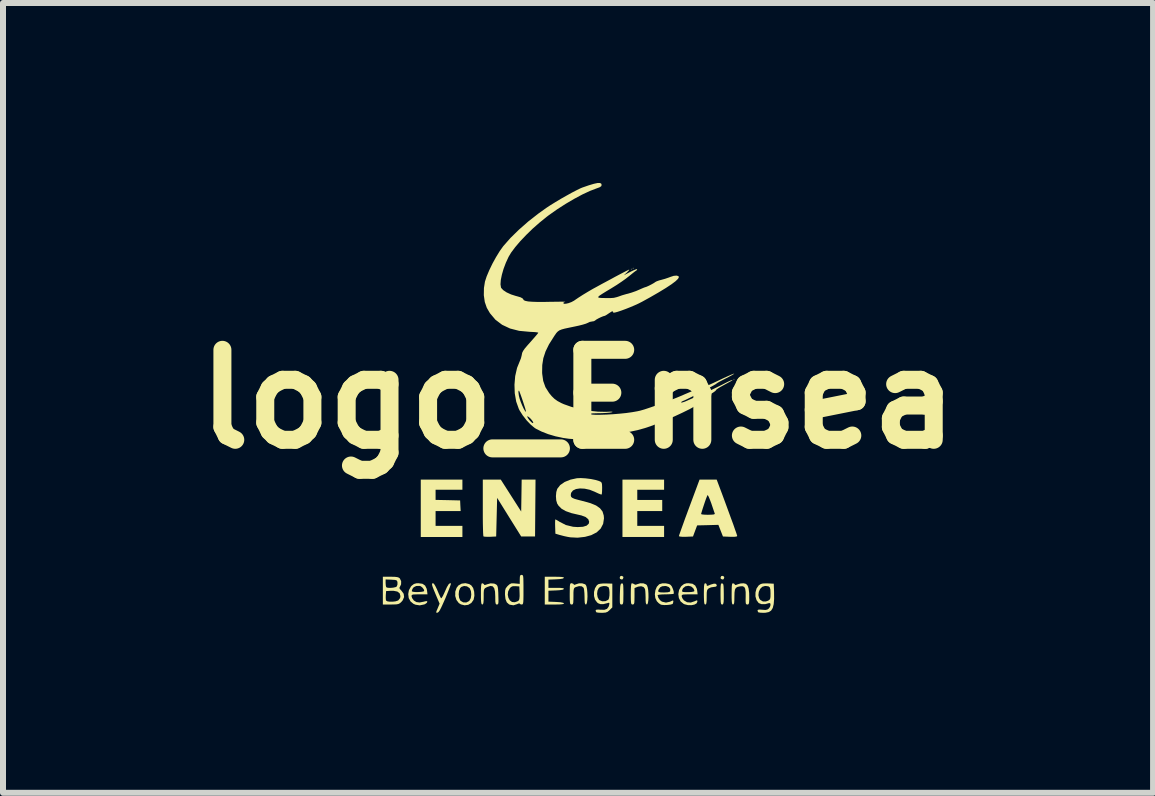
<source format=kicad_pcb>
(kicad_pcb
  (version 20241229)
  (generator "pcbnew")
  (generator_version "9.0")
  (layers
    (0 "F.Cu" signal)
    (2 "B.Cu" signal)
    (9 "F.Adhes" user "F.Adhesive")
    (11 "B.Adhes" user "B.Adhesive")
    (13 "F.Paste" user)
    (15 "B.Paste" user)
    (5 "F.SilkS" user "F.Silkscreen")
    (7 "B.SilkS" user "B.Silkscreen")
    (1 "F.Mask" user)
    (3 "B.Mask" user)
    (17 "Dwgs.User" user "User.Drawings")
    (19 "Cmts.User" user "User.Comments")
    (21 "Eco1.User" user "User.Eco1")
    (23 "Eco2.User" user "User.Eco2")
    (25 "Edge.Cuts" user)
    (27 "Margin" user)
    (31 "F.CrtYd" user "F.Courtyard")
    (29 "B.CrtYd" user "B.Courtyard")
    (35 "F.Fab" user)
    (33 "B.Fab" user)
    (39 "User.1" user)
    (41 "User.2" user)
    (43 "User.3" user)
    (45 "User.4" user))
  (footprint "logo_Ensea"
    (layer "F.Cu")
    (at 6.586 3.603)
    (property "Reference" "logo_Ensea" (at 0 0 0) (layer "F.SilkS") (effects (font (size 1.5 1.5) (thickness 0.3))))
    (attr board_only exclude_from_pos_files exclude_from_bom)
    (fp_poly (pts (xy 0.894 -2.167) (xy 0.887 -2.159) (xy 0.879 -2.167) (xy 0.887 -2.174)) (stroke (width 0) (type solid)) (fill yes) (layer "F.SilkS"))
    (fp_poly (pts (xy 0.925 -2.182) (xy 0.918 -2.174) (xy 0.91 -2.182) (xy 0.918 -2.19)) (stroke (width 0) (type solid)) (fill yes) (layer "F.SilkS"))
    (fp_poly (pts (xy 2.606 -0.332) (xy 2.599 -0.324) (xy 2.591 -0.332) (xy 2.599 -0.339)) (stroke (width 0) (type solid)) (fill yes) (layer "F.SilkS"))
    (fp_poly (pts (xy 0.751 2.957) (xy 0.756 2.976) (xy 0.745 3.002) (xy 0.725 3.007) (xy 0.699 2.996) (xy 0.694 2.976) (xy 0.705 2.951) (xy 0.725 2.946)) (stroke (width 0) (type solid)) (fill yes) (layer "F.SilkS"))
    (fp_poly (pts (xy 2.432 2.957) (xy 2.437 2.976) (xy 2.426 3.002) (xy 2.406 3.007) (xy 2.38 2.996) (xy 2.375 2.976) (xy 2.386 2.951) (xy 2.406 2.946)) (stroke (width 0) (type solid)) (fill yes) (layer "F.SilkS"))
    (fp_poly (pts (xy 0.74 3.072) (xy 0.748 3.082) (xy 0.753 3.106) (xy 0.755 3.15) (xy 0.756 3.218) (xy 0.756 3.245) (xy 0.755 3.322) (xy 0.754 3.372) (xy 0.75 3.403) (xy 0.743 3.418) (xy 0.733 3.423) (xy 0.724 3.424) (xy 0.711 3.422) (xy 0.702 3.414) (xy 0.697 3.393) (xy 0.696 3.355) (xy 0.696 3.294) (xy 0.697 3.25) (xy 0.7 3.174) (xy 0.703 3.123) (xy 0.709 3.093) (xy 0.717 3.078) (xy 0.729 3.072)) (stroke (width 0) (type solid)) (fill yes) (layer "F.SilkS"))
    (fp_poly (pts (xy -1.928 1.427) (xy -1.928 1.511) (xy -2.151 1.511) (xy -2.375 1.511) (xy -2.375 1.596) (xy -2.375 1.68) (xy -2.171 1.684) (xy -1.966 1.689) (xy -1.962 1.777) (xy -1.957 1.866) (xy -2.166 1.866) (xy -2.375 1.866) (xy -2.375 1.989) (xy -2.375 2.113) (xy -2.151 2.113) (xy -1.928 2.113) (xy -1.928 2.205) (xy -1.928 2.298) (xy -2.275 2.298) (xy -2.622 2.298) (xy -2.622 1.82) (xy -2.622 1.342) (xy -2.275 1.342) (xy -1.928 1.342)) (stroke (width 0) (type solid)) (fill yes) (layer "F.SilkS"))
    (fp_poly (pts (xy 1.434 1.427) (xy 1.434 1.511) (xy 1.211 1.511) (xy 0.987 1.511) (xy 0.987 1.596) (xy 0.987 1.681) (xy 1.195 1.681) (xy 1.403 1.681) (xy 1.403 1.774) (xy 1.403 1.866) (xy 1.195 1.866) (xy 0.987 1.866) (xy 0.987 1.989) (xy 0.987 2.113) (xy 1.211 2.113) (xy 1.434 2.113) (xy 1.434 2.205) (xy 1.434 2.298) (xy 1.087 2.298) (xy 0.74 2.298) (xy 0.74 1.82) (xy 0.74 1.342) (xy 1.087 1.342) (xy 1.434 1.342)) (stroke (width 0) (type solid)) (fill yes) (layer "F.SilkS"))
    (fp_poly (pts (xy 2.402 3.072) (xy 2.414 3.078) (xy 2.422 3.092) (xy 2.426 3.122) (xy 2.428 3.171) (xy 2.429 3.245) (xy 2.429 3.25) (xy 2.429 3.326) (xy 2.427 3.376) (xy 2.422 3.405) (xy 2.415 3.42) (xy 2.404 3.424) (xy 2.402 3.424) (xy 2.39 3.421) (xy 2.383 3.409) (xy 2.378 3.382) (xy 2.376 3.336) (xy 2.375 3.266) (xy 2.375 3.245) (xy 2.375 3.169) (xy 2.377 3.118) (xy 2.381 3.088) (xy 2.388 3.074) (xy 2.398 3.071)) (stroke (width 0) (type solid)) (fill yes) (layer "F.SilkS"))
    (fp_poly (pts (xy -0.713 1.816) (xy -0.717 2.29) (xy -0.833 2.29) (xy -0.948 2.29) (xy -1.149 1.968) (xy -1.349 1.646) (xy -1.357 1.968) (xy -1.365 2.29) (xy -1.466 2.295) (xy -1.519 2.295) (xy -1.559 2.293) (xy -1.578 2.288) (xy -1.58 2.271) (xy -1.583 2.226) (xy -1.585 2.158) (xy -1.587 2.071) (xy -1.588 1.969) (xy -1.588 1.855) (xy -1.588 1.81) (xy -1.588 1.342) (xy -1.438 1.342) (xy -1.288 1.342) (xy -1.118 1.608) (xy -0.948 1.874) (xy -0.944 1.608) (xy -0.94 1.342) (xy -0.824 1.342) (xy -0.709 1.342)) (stroke (width 0) (type solid)) (fill yes) (layer "F.SilkS"))
    (fp_poly (pts (xy 2.141 3.081) (xy 2.144 3.092) (xy 2.145 3.108) (xy 2.153 3.113) (xy 2.175 3.107) (xy 2.213 3.091) (xy 2.266 3.076) (xy 2.3 3.08) (xy 2.313 3.105) (xy 2.313 3.107) (xy 2.301 3.125) (xy 2.264 3.131) (xy 2.263 3.131) (xy 2.216 3.138) (xy 2.178 3.155) (xy 2.161 3.17) (xy 2.15 3.191) (xy 2.145 3.226) (xy 2.144 3.282) (xy 2.144 3.301) (xy 2.143 3.364) (xy 2.139 3.402) (xy 2.131 3.42) (xy 2.121 3.424) (xy 2.11 3.419) (xy 2.104 3.402) (xy 2.1 3.367) (xy 2.098 3.309) (xy 2.097 3.246) (xy 2.098 3.168) (xy 2.1 3.117) (xy 2.105 3.086) (xy 2.112 3.072) (xy 2.121 3.069)) (stroke (width 0) (type solid)) (fill yes) (layer "F.SilkS"))
    (fp_poly (pts (xy -0.316 2.962) (xy -0.267 2.965) (xy -0.241 2.971) (xy -0.235 2.979) (xy -0.235 2.98) (xy -0.255 2.992) (xy -0.305 3) (xy -0.368 3.004) (xy -0.494 3.009) (xy -0.494 3.077) (xy -0.494 3.146) (xy -0.361 3.146) (xy -0.294 3.147) (xy -0.253 3.151) (xy -0.236 3.159) (xy -0.235 3.165) (xy -0.255 3.177) (xy -0.305 3.185) (xy -0.368 3.189) (xy -0.494 3.194) (xy -0.494 3.285) (xy -0.494 3.376) (xy -0.368 3.381) (xy -0.293 3.386) (xy -0.249 3.395) (xy -0.235 3.404) (xy -0.24 3.413) (xy -0.264 3.419) (xy -0.311 3.423) (xy -0.384 3.424) (xy -0.392 3.424) (xy -0.555 3.424) (xy -0.555 3.192) (xy -0.555 2.961) (xy -0.392 2.961)) (stroke (width 0) (type solid)) (fill yes) (layer "F.SilkS"))
    (fp_poly (pts (xy -2.119 3.073) (xy -2.122 3.089) (xy -2.136 3.129) (xy -2.158 3.187) (xy -2.187 3.259) (xy -2.211 3.318) (xy -2.252 3.411) (xy -2.283 3.478) (xy -2.307 3.523) (xy -2.326 3.549) (xy -2.341 3.559) (xy -2.342 3.56) (xy -2.359 3.561) (xy -2.365 3.554) (xy -2.359 3.531) (xy -2.34 3.487) (xy -2.308 3.41) (xy -2.372 3.259) (xy -2.404 3.182) (xy -2.425 3.128) (xy -2.434 3.095) (xy -2.433 3.076) (xy -2.422 3.069) (xy -2.416 3.069) (xy -2.4 3.082) (xy -2.378 3.118) (xy -2.353 3.169) (xy -2.345 3.188) (xy -2.321 3.245) (xy -2.3 3.29) (xy -2.286 3.317) (xy -2.283 3.32) (xy -2.273 3.313) (xy -2.254 3.282) (xy -2.231 3.234) (xy -2.219 3.207) (xy -2.185 3.132) (xy -2.157 3.086) (xy -2.134 3.068)) (stroke (width 0) (type solid)) (fill yes) (layer "F.SilkS"))
    (fp_poly (pts (xy -1.815 3.083) (xy -1.78 3.105) (xy -1.749 3.148) (xy -1.732 3.21) (xy -1.728 3.278) (xy -1.741 3.342) (xy -1.743 3.347) (xy -1.779 3.398) (xy -1.831 3.429) (xy -1.892 3.437) (xy -1.953 3.422) (xy -1.988 3.4) (xy -2.028 3.347) (xy -2.048 3.281) (xy -2.047 3.254) (xy -1.99 3.254) (xy -1.983 3.311) (xy -1.964 3.355) (xy -1.959 3.362) (xy -1.914 3.388) (xy -1.863 3.39) (xy -1.818 3.367) (xy -1.811 3.36) (xy -1.788 3.317) (xy -1.78 3.259) (xy -1.786 3.2) (xy -1.806 3.153) (xy -1.811 3.148) (xy -1.852 3.121) (xy -1.9 3.115) (xy -1.945 3.13) (xy -1.965 3.15) (xy -1.984 3.196) (xy -1.99 3.254) (xy -2.047 3.254) (xy -2.047 3.21) (xy -2.025 3.146) (xy -1.994 3.106) (xy -1.94 3.076) (xy -1.877 3.068)) (stroke (width 0) (type solid)) (fill yes) (layer "F.SilkS"))
    (fp_poly (pts (xy 0.927 3.079) (xy 0.936 3.086) (xy 0.96 3.095) (xy 0.984 3.086) (xy 1.036 3.07) (xy 1.09 3.071) (xy 1.134 3.089) (xy 1.148 3.103) (xy 1.16 3.135) (xy 1.169 3.183) (xy 1.173 3.242) (xy 1.174 3.303) (xy 1.171 3.358) (xy 1.164 3.401) (xy 1.153 3.422) (xy 1.149 3.424) (xy 1.137 3.417) (xy 1.129 3.395) (xy 1.126 3.351) (xy 1.126 3.312) (xy 1.124 3.251) (xy 1.121 3.199) (xy 1.116 3.166) (xy 1.116 3.165) (xy 1.093 3.133) (xy 1.052 3.119) (xy 1 3.126) (xy 0.987 3.131) (xy 0.941 3.15) (xy 0.941 3.287) (xy 0.94 3.352) (xy 0.938 3.393) (xy 0.932 3.414) (xy 0.922 3.422) (xy 0.91 3.424) (xy 0.897 3.422) (xy 0.888 3.413) (xy 0.883 3.391) (xy 0.88 3.352) (xy 0.879 3.29) (xy 0.879 3.246) (xy 0.88 3.166) (xy 0.883 3.112) (xy 0.888 3.081) (xy 0.896 3.069) (xy 0.899 3.069)) (stroke (width 0) (type solid)) (fill yes) (layer "F.SilkS"))
    (fp_poly (pts (xy 2.606 3.08) (xy 2.61 3.088) (xy 2.621 3.099) (xy 2.646 3.094) (xy 2.658 3.088) (xy 2.709 3.073) (xy 2.76 3.07) (xy 2.799 3.08) (xy 2.801 3.081) (xy 2.827 3.11) (xy 2.843 3.159) (xy 2.852 3.232) (xy 2.853 3.292) (xy 2.853 3.356) (xy 2.85 3.395) (xy 2.844 3.415) (xy 2.833 3.423) (xy 2.822 3.424) (xy 2.807 3.421) (xy 2.798 3.411) (xy 2.794 3.386) (xy 2.793 3.34) (xy 2.794 3.294) (xy 2.794 3.215) (xy 2.786 3.161) (xy 2.77 3.131) (xy 2.741 3.119) (xy 2.702 3.121) (xy 2.659 3.13) (xy 2.631 3.147) (xy 2.615 3.176) (xy 2.608 3.224) (xy 2.606 3.294) (xy 2.605 3.359) (xy 2.602 3.399) (xy 2.594 3.419) (xy 2.583 3.424) (xy 2.573 3.419) (xy 2.566 3.402) (xy 2.562 3.367) (xy 2.56 3.309) (xy 2.56 3.246) (xy 2.561 3.168) (xy 2.563 3.115) (xy 2.568 3.084) (xy 2.576 3.071) (xy 2.582 3.069)) (stroke (width 0) (type solid)) (fill yes) (layer "F.SilkS"))
    (fp_poly (pts (xy -1.574 3.08) (xy -1.569 3.088) (xy -1.559 3.099) (xy -1.534 3.094) (xy -1.521 3.088) (xy -1.458 3.071) (xy -1.398 3.075) (xy -1.364 3.091) (xy -1.35 3.105) (xy -1.34 3.128) (xy -1.334 3.166) (xy -1.33 3.225) (xy -1.329 3.268) (xy -1.327 3.339) (xy -1.327 3.384) (xy -1.331 3.41) (xy -1.339 3.421) (xy -1.351 3.424) (xy -1.352 3.424) (xy -1.366 3.421) (xy -1.374 3.407) (xy -1.379 3.377) (xy -1.38 3.326) (xy -1.38 3.295) (xy -1.384 3.209) (xy -1.398 3.152) (xy -1.423 3.121) (xy -1.46 3.114) (xy -1.512 3.131) (xy -1.528 3.139) (xy -1.55 3.151) (xy -1.563 3.166) (xy -1.57 3.19) (xy -1.573 3.231) (xy -1.573 3.293) (xy -1.574 3.358) (xy -1.578 3.398) (xy -1.585 3.418) (xy -1.596 3.424) (xy -1.606 3.419) (xy -1.613 3.402) (xy -1.617 3.367) (xy -1.619 3.309) (xy -1.619 3.246) (xy -1.619 3.168) (xy -1.616 3.115) (xy -1.611 3.084) (xy -1.604 3.071) (xy -1.597 3.069)) (stroke (width 0) (type solid)) (fill yes) (layer "F.SilkS"))
    (fp_poly (pts (xy -0.082 3.077) (xy -0.074 3.087) (xy -0.062 3.097) (xy -0.035 3.087) (xy 0.015 3.071) (xy 0.069 3.071) (xy 0.115 3.086) (xy 0.129 3.097) (xy 0.141 3.125) (xy 0.15 3.171) (xy 0.155 3.229) (xy 0.157 3.29) (xy 0.154 3.348) (xy 0.148 3.393) (xy 0.138 3.42) (xy 0.131 3.424) (xy 0.119 3.418) (xy 0.112 3.397) (xy 0.109 3.355) (xy 0.108 3.299) (xy 0.106 3.237) (xy 0.101 3.183) (xy 0.094 3.149) (xy 0.092 3.145) (xy 0.063 3.121) (xy 0.017 3.117) (xy -0.038 3.133) (xy -0.057 3.143) (xy -0.068 3.158) (xy -0.074 3.183) (xy -0.077 3.225) (xy -0.077 3.287) (xy -0.078 3.353) (xy -0.08 3.393) (xy -0.086 3.414) (xy -0.096 3.423) (xy -0.108 3.424) (xy -0.121 3.422) (xy -0.13 3.413) (xy -0.135 3.391) (xy -0.138 3.352) (xy -0.139 3.29) (xy -0.139 3.246) (xy -0.138 3.17) (xy -0.137 3.119) (xy -0.133 3.089) (xy -0.126 3.074) (xy -0.115 3.069) (xy -0.109 3.069)) (stroke (width 0) (type solid)) (fill yes) (layer "F.SilkS"))
    (fp_poly (pts (xy -2.595 3.078) (xy -2.55 3.108) (xy -2.524 3.16) (xy -2.518 3.189) (xy -2.51 3.254) (xy -2.643 3.254) (xy -2.707 3.255) (xy -2.747 3.257) (xy -2.767 3.263) (xy -2.775 3.274) (xy -2.776 3.286) (xy -2.766 3.317) (xy -2.74 3.353) (xy -2.737 3.357) (xy -2.695 3.383) (xy -2.641 3.39) (xy -2.57 3.376) (xy -2.548 3.37) (xy -2.52 3.367) (xy -2.512 3.378) (xy -2.522 3.397) (xy -2.549 3.416) (xy -2.562 3.422) (xy -2.639 3.438) (xy -2.71 3.427) (xy -2.745 3.412) (xy -2.793 3.372) (xy -2.823 3.316) (xy -2.831 3.25) (xy -2.823 3.204) (xy -2.771 3.204) (xy -2.751 3.212) (xy -2.712 3.216) (xy -2.664 3.216) (xy -2.617 3.213) (xy -2.58 3.207) (xy -2.565 3.199) (xy -2.57 3.174) (xy -2.592 3.144) (xy -2.62 3.121) (xy -2.637 3.114) (xy -2.697 3.115) (xy -2.738 3.135) (xy -2.754 3.153) (xy -2.769 3.184) (xy -2.771 3.204) (xy -2.823 3.204) (xy -2.819 3.184) (xy -2.786 3.124) (xy -2.775 3.112) (xy -2.737 3.082) (xy -2.694 3.07) (xy -2.663 3.069)) (stroke (width 0) (type solid)) (fill yes) (layer "F.SilkS"))
    (fp_poly (pts (xy 1.908 3.078) (xy 1.953 3.108) (xy 1.979 3.16) (xy 1.985 3.189) (xy 1.993 3.254) (xy 1.86 3.254) (xy 1.796 3.255) (xy 1.757 3.257) (xy 1.736 3.263) (xy 1.728 3.274) (xy 1.727 3.286) (xy 1.738 3.318) (xy 1.763 3.353) (xy 1.765 3.355) (xy 1.817 3.386) (xy 1.879 3.391) (xy 1.944 3.369) (xy 1.975 3.355) (xy 1.987 3.357) (xy 1.989 3.376) (xy 1.976 3.405) (xy 1.94 3.425) (xy 1.889 3.435) (xy 1.832 3.434) (xy 1.775 3.42) (xy 1.758 3.412) (xy 1.709 3.372) (xy 1.68 3.315) (xy 1.671 3.25) (xy 1.683 3.186) (xy 1.735 3.186) (xy 1.735 3.208) (xy 1.754 3.215) (xy 1.793 3.218) (xy 1.842 3.218) (xy 1.89 3.215) (xy 1.926 3.208) (xy 1.938 3.202) (xy 1.937 3.185) (xy 1.922 3.155) (xy 1.922 3.154) (xy 1.885 3.123) (xy 1.837 3.112) (xy 1.789 3.121) (xy 1.751 3.151) (xy 1.749 3.153) (xy 1.735 3.186) (xy 1.683 3.186) (xy 1.683 3.183) (xy 1.717 3.123) (xy 1.727 3.113) (xy 1.765 3.083) (xy 1.808 3.07) (xy 1.84 3.069)) (stroke (width 0) (type solid)) (fill yes) (layer "F.SilkS"))
    (fp_poly (pts (xy 0.571 3.076) (xy 0.571 3.274) (xy 0.571 3.472) (xy 0.526 3.517) (xy 0.493 3.545) (xy 0.46 3.558) (xy 0.412 3.562) (xy 0.397 3.562) (xy 0.349 3.561) (xy 0.314 3.556) (xy 0.303 3.552) (xy 0.293 3.529) (xy 0.293 3.522) (xy 0.303 3.511) (xy 0.334 3.508) (xy 0.374 3.511) (xy 0.44 3.512) (xy 0.483 3.496) (xy 0.509 3.461) (xy 0.518 3.433) (xy 0.523 3.402) (xy 0.515 3.394) (xy 0.492 3.4) (xy 0.424 3.417) (xy 0.374 3.418) (xy 0.335 3.403) (xy 0.317 3.389) (xy 0.283 3.343) (xy 0.266 3.282) (xy 0.266 3.247) (xy 0.317 3.247) (xy 0.326 3.302) (xy 0.349 3.345) (xy 0.355 3.35) (xy 0.402 3.37) (xy 0.457 3.368) (xy 0.504 3.345) (xy 0.516 3.319) (xy 0.523 3.274) (xy 0.524 3.222) (xy 0.52 3.173) (xy 0.51 3.139) (xy 0.506 3.134) (xy 0.471 3.118) (xy 0.424 3.116) (xy 0.376 3.127) (xy 0.347 3.146) (xy 0.324 3.191) (xy 0.317 3.247) (xy 0.266 3.247) (xy 0.266 3.215) (xy 0.282 3.153) (xy 0.313 3.104) (xy 0.338 3.085) (xy 0.368 3.078) (xy 0.417 3.073) (xy 0.469 3.073)) (stroke (width 0) (type solid)) (fill yes) (layer "F.SilkS"))
    (fp_poly (pts (xy -0.929 2.932) (xy -0.921 2.939) (xy -0.915 2.956) (xy -0.912 2.989) (xy -0.911 3.04) (xy -0.91 3.115) (xy -0.91 3.177) (xy -0.91 3.269) (xy -0.911 3.335) (xy -0.913 3.379) (xy -0.917 3.405) (xy -0.924 3.419) (xy -0.933 3.423) (xy -0.941 3.424) (xy -0.966 3.418) (xy -0.972 3.409) (xy -0.983 3.405) (xy -1.011 3.415) (xy -1.014 3.417) (xy -1.077 3.437) (xy -1.137 3.427) (xy -1.151 3.421) (xy -1.188 3.388) (xy -1.21 3.333) (xy -1.218 3.26) (xy -1.172 3.26) (xy -1.161 3.312) (xy -1.137 3.355) (xy -1.101 3.382) (xy -1.056 3.386) (xy -1.052 3.385) (xy -1.013 3.372) (xy -0.99 3.358) (xy -0.979 3.334) (xy -0.974 3.284) (xy -0.975 3.232) (xy -0.979 3.123) (xy -1.043 3.118) (xy -1.088 3.119) (xy -1.118 3.132) (xy -1.139 3.155) (xy -1.165 3.205) (xy -1.172 3.26) (xy -1.218 3.26) (xy -1.218 3.252) (xy -1.218 3.244) (xy -1.216 3.191) (xy -1.206 3.155) (xy -1.183 3.125) (xy -1.171 3.112) (xy -1.139 3.084) (xy -1.11 3.071) (xy -1.069 3.071) (xy -1.048 3.073) (xy -0.972 3.08) (xy -0.972 3.005) (xy -0.97 2.96) (xy -0.963 2.937) (xy -0.947 2.93) (xy -0.941 2.93)) (stroke (width 0) (type solid)) (fill yes) (layer "F.SilkS"))
    (fp_poly (pts (xy 1.516 3.082) (xy 1.541 3.096) (xy 1.563 3.123) (xy 1.581 3.164) (xy 1.594 3.205) (xy 1.596 3.237) (xy 1.592 3.246) (xy 1.573 3.249) (xy 1.532 3.252) (xy 1.475 3.254) (xy 1.455 3.254) (xy 1.396 3.256) (xy 1.351 3.26) (xy 1.328 3.266) (xy 1.326 3.269) (xy 1.338 3.311) (xy 1.367 3.352) (xy 1.398 3.376) (xy 1.465 3.392) (xy 1.531 3.378) (xy 1.546 3.371) (xy 1.575 3.357) (xy 1.587 3.36) (xy 1.588 3.377) (xy 1.581 3.406) (xy 1.573 3.416) (xy 1.542 3.425) (xy 1.493 3.431) (xy 1.44 3.433) (xy 1.395 3.429) (xy 1.379 3.425) (xy 1.346 3.403) (xy 1.314 3.37) (xy 1.313 3.369) (xy 1.288 3.316) (xy 1.28 3.252) (xy 1.288 3.197) (xy 1.335 3.197) (xy 1.341 3.213) (xy 1.369 3.221) (xy 1.421 3.223) (xy 1.437 3.223) (xy 1.496 3.22) (xy 1.528 3.211) (xy 1.536 3.201) (xy 1.537 3.163) (xy 1.513 3.133) (xy 1.471 3.117) (xy 1.453 3.115) (xy 1.402 3.12) (xy 1.37 3.136) (xy 1.346 3.169) (xy 1.345 3.171) (xy 1.335 3.197) (xy 1.288 3.197) (xy 1.289 3.186) (xy 1.313 3.129) (xy 1.35 3.089) (xy 1.356 3.085) (xy 1.404 3.071) (xy 1.463 3.071)) (stroke (width 0) (type solid)) (fill yes) (layer "F.SilkS"))
    (fp_poly (pts (xy 3.16 3.072) (xy 3.262 3.077) (xy 3.267 3.215) (xy 3.268 3.33) (xy 3.261 3.418) (xy 3.245 3.482) (xy 3.218 3.525) (xy 3.178 3.55) (xy 3.125 3.561) (xy 3.095 3.562) (xy 3.047 3.561) (xy 3.013 3.556) (xy 3.002 3.552) (xy 2.992 3.529) (xy 2.992 3.522) (xy 3.001 3.511) (xy 3.03 3.508) (xy 3.069 3.511) (xy 3.122 3.515) (xy 3.155 3.508) (xy 3.177 3.493) (xy 3.199 3.464) (xy 3.208 3.433) (xy 3.206 3.408) (xy 3.19 3.399) (xy 3.181 3.401) (xy 3.119 3.418) (xy 3.059 3.418) (xy 3.012 3.4) (xy 3.01 3.398) (xy 2.975 3.351) (xy 2.957 3.289) (xy 2.957 3.267) (xy 3.006 3.267) (xy 3.018 3.318) (xy 3.038 3.347) (xy 3.081 3.373) (xy 3.131 3.373) (xy 3.168 3.36) (xy 3.189 3.347) (xy 3.201 3.33) (xy 3.207 3.299) (xy 3.208 3.246) (xy 3.208 3.238) (xy 3.206 3.177) (xy 3.197 3.14) (xy 3.176 3.122) (xy 3.139 3.116) (xy 3.115 3.115) (xy 3.07 3.129) (xy 3.035 3.164) (xy 3.013 3.213) (xy 3.006 3.267) (xy 2.957 3.267) (xy 2.958 3.221) (xy 2.975 3.157) (xy 3.01 3.107) (xy 3.018 3.1) (xy 3.047 3.082) (xy 3.082 3.073) (xy 3.134 3.072)) (stroke (width 0) (type solid)) (fill yes) (layer "F.SilkS"))
    (fp_poly (pts (xy 2.344 1.43) (xy 2.402 1.585) (xy 2.456 1.731) (xy 2.505 1.865) (xy 2.549 1.985) (xy 2.587 2.088) (xy 2.616 2.172) (xy 2.638 2.233) (xy 2.65 2.271) (xy 2.653 2.281) (xy 2.641 2.291) (xy 2.605 2.295) (xy 2.541 2.295) (xy 2.534 2.295) (xy 2.415 2.29) (xy 2.377 2.193) (xy 2.339 2.096) (xy 2.162 2.101) (xy 1.985 2.105) (xy 1.95 2.198) (xy 1.916 2.29) (xy 1.798 2.295) (xy 1.736 2.295) (xy 1.696 2.291) (xy 1.681 2.284) (xy 1.681 2.284) (xy 1.686 2.266) (xy 1.701 2.223) (xy 1.724 2.158) (xy 1.754 2.075) (xy 1.789 1.977) (xy 1.812 1.916) (xy 2.051 1.916) (xy 2.065 1.922) (xy 2.103 1.926) (xy 2.156 1.928) (xy 2.168 1.928) (xy 2.231 1.926) (xy 2.267 1.922) (xy 2.279 1.913) (xy 2.279 1.908) (xy 2.271 1.886) (xy 2.256 1.842) (xy 2.236 1.783) (xy 2.221 1.738) (xy 2.198 1.677) (xy 2.179 1.631) (xy 2.164 1.604) (xy 2.158 1.6) (xy 2.15 1.618) (xy 2.134 1.658) (xy 2.115 1.712) (xy 2.095 1.772) (xy 2.076 1.83) (xy 2.061 1.879) (xy 2.052 1.91) (xy 2.051 1.916) (xy 1.812 1.916) (xy 1.829 1.869) (xy 1.853 1.805) (xy 2.025 1.342) (xy 2.168 1.342) (xy 2.311 1.342)) (stroke (width 0) (type solid)) (fill yes) (layer "F.SilkS"))
    (fp_poly (pts (xy -3.058 2.962) (xy -3.014 2.967) (xy -2.987 2.976) (xy -2.971 2.989) (xy -2.949 3.035) (xy -2.95 3.087) (xy -2.967 3.123) (xy -2.978 3.145) (xy -2.972 3.164) (xy -2.945 3.193) (xy -2.944 3.194) (xy -2.907 3.245) (xy -2.9 3.299) (xy -2.923 3.354) (xy -2.944 3.379) (xy -2.968 3.401) (xy -2.992 3.414) (xy -3.023 3.421) (xy -3.07 3.423) (xy -3.122 3.424) (xy -3.254 3.424) (xy -3.254 3.314) (xy -3.206 3.314) (xy -3.203 3.349) (xy -3.202 3.356) (xy -3.182 3.37) (xy -3.142 3.377) (xy -3.092 3.377) (xy -3.042 3.371) (xy -3.003 3.358) (xy -2.995 3.353) (xy -2.966 3.315) (xy -2.961 3.284) (xy -2.974 3.237) (xy -3.012 3.208) (xy -3.076 3.195) (xy -3.118 3.195) (xy -3.2 3.2) (xy -3.205 3.267) (xy -3.206 3.314) (xy -3.254 3.314) (xy -3.254 3.192) (xy -3.254 3.066) (xy -3.208 3.066) (xy -3.205 3.107) (xy -3.199 3.133) (xy -3.197 3.136) (xy -3.172 3.145) (xy -3.129 3.147) (xy -3.082 3.143) (xy -3.042 3.134) (xy -3.023 3.124) (xy -3.011 3.093) (xy -3.01 3.058) (xy -3.015 3.035) (xy -3.026 3.021) (xy -3.052 3.014) (xy -3.101 3.011) (xy -3.111 3.01) (xy -3.208 3.006) (xy -3.208 3.066) (xy -3.254 3.066) (xy -3.254 2.961) (xy -3.125 2.961)) (stroke (width 0) (type solid)) (fill yes) (layer "F.SilkS"))
    (fp_poly (pts (xy 0.127 1.321) (xy 0.214 1.332) (xy 0.293 1.348) (xy 0.351 1.366) (xy 0.378 1.378) (xy 0.393 1.394) (xy 0.399 1.421) (xy 0.401 1.467) (xy 0.401 1.485) (xy 0.4 1.537) (xy 0.397 1.575) (xy 0.393 1.591) (xy 0.377 1.588) (xy 0.341 1.574) (xy 0.291 1.551) (xy 0.279 1.545) (xy 0.194 1.511) (xy 0.11 1.493) (xy 0.032 1.489) (xy -0.035 1.499) (xy -0.085 1.523) (xy -0.115 1.561) (xy -0.12 1.584) (xy -0.121 1.61) (xy -0.114 1.631) (xy -0.094 1.647) (xy -0.057 1.663) (xy 0.000121 1.679) (xy 0.083 1.7) (xy 0.089 1.701) (xy 0.208 1.735) (xy 0.3 1.773) (xy 0.365 1.819) (xy 0.408 1.874) (xy 0.428 1.94) (xy 0.432 1.987) (xy 0.418 2.079) (xy 0.377 2.158) (xy 0.311 2.221) (xy 0.219 2.268) (xy 0.116 2.296) (xy -0.007 2.31) (xy -0.127 2.304) (xy -0.17 2.297) (xy -0.231 2.284) (xy -0.296 2.267) (xy -0.308 2.264) (xy -0.378 2.243) (xy -0.382 2.124) (xy -0.383 2.068) (xy -0.382 2.026) (xy -0.379 2.006) (xy -0.378 2.005) (xy -0.361 2.013) (xy -0.328 2.032) (xy -0.312 2.043) (xy -0.203 2.099) (xy -0.083 2.128) (xy -0.006 2.133) (xy 0.082 2.128) (xy 0.143 2.109) (xy 0.178 2.077) (xy 0.185 2.044) (xy 0.17 2.002) (xy 0.127 1.966) (xy 0.056 1.939) (xy 0.012 1.929) (xy -0.109 1.901) (xy -0.203 1.868) (xy -0.274 1.828) (xy -0.324 1.779) (xy -0.348 1.742) (xy -0.364 1.687) (xy -0.369 1.618) (xy -0.363 1.549) (xy -0.347 1.496) (xy -0.298 1.433) (xy -0.223 1.381) (xy -0.126 1.342) (xy -0.02 1.319) (xy 0.045 1.316)) (stroke (width 0) (type solid)) (fill yes) (layer "F.SilkS"))
    (fp_poly (pts (xy 0.386 -3.592) (xy 0.393 -3.57) (xy 0.386 -3.549) (xy 0.359 -3.531) (xy 0.31 -3.513) (xy 0.2 -3.471) (xy 0.073 -3.412) (xy -0.065 -3.338) (xy -0.208 -3.254) (xy -0.351 -3.162) (xy -0.487 -3.066) (xy -0.524 -3.038) (xy -0.64 -2.944) (xy -0.755 -2.843) (xy -0.864 -2.737) (xy -0.963 -2.633) (xy -1.048 -2.533) (xy -1.116 -2.442) (xy -1.158 -2.372) (xy -1.204 -2.272) (xy -1.242 -2.171) (xy -1.27 -2.074) (xy -1.288 -1.986) (xy -1.293 -1.914) (xy -1.285 -1.862) (xy -1.282 -1.854) (xy -1.248 -1.817) (xy -1.191 -1.779) (xy -1.117 -1.745) (xy -1.032 -1.718) (xy -1.026 -1.717) (xy -0.961 -1.698) (xy -0.925 -1.679) (xy -0.914 -1.664) (xy -0.903 -1.648) (xy -0.876 -1.637) (xy -0.832 -1.628) (xy -0.766 -1.623) (xy -0.678 -1.62) (xy -0.563 -1.62) (xy -0.461 -1.622) (xy -0.374 -1.623) (xy -0.302 -1.624) (xy -0.248 -1.624) (xy -0.216 -1.623) (xy -0.212 -1.622) (xy -0.212 -1.622) (xy -0.239 -1.612) (xy -0.247 -1.601) (xy -0.234 -1.589) (xy -0.202 -1.59) (xy -0.158 -1.6) (xy -0.11 -1.618) (xy -0.065 -1.642) (xy -0.056 -1.649) (xy 0.003 -1.689) (xy 0.079 -1.738) (xy 0.165 -1.79) (xy 0.251 -1.84) (xy 0.301 -1.867) (xy 0.341 -1.889) (xy 0.401 -1.922) (xy 0.476 -1.962) (xy 0.558 -2.006) (xy 0.609 -2.034) (xy 0.686 -2.075) (xy 0.753 -2.11) (xy 0.807 -2.138) (xy 0.841 -2.155) (xy 0.852 -2.159) (xy 0.85 -2.15) (xy 0.829 -2.126) (xy 0.814 -2.111) (xy 0.763 -2.064) (xy 0.869 -2.12) (xy 0.92 -2.145) (xy 0.961 -2.162) (xy 0.983 -2.167) (xy 0.985 -2.166) (xy 0.982 -2.152) (xy 0.969 -2.142) (xy 0.945 -2.126) (xy 0.906 -2.095) (xy 0.858 -2.056) (xy 0.845 -2.046) (xy 0.794 -2.006) (xy 0.725 -1.957) (xy 0.646 -1.904) (xy 0.567 -1.855) (xy 0.561 -1.851) (xy 0.469 -1.796) (xy 0.403 -1.755) (xy 0.359 -1.726) (xy 0.337 -1.706) (xy 0.336 -1.695) (xy 0.354 -1.689) (xy 0.39 -1.686) (xy 0.442 -1.685) (xy 0.453 -1.684) (xy 0.535 -1.684) (xy 0.595 -1.688) (xy 0.645 -1.7) (xy 0.673 -1.709) (xy 0.735 -1.731) (xy 0.804 -1.751) (xy 0.833 -1.758) (xy 0.894 -1.776) (xy 0.965 -1.801) (xy 1.014 -1.822) (xy 1.064 -1.844) (xy 1.102 -1.86) (xy 1.121 -1.866) (xy 1.121 -1.866) (xy 1.142 -1.873) (xy 1.18 -1.89) (xy 1.223 -1.912) (xy 1.262 -1.934) (xy 1.286 -1.95) (xy 1.288 -1.952) (xy 1.311 -1.964) (xy 1.353 -1.979) (xy 1.388 -1.988) (xy 1.452 -2.006) (xy 1.516 -2.028) (xy 1.542 -2.038) (xy 1.595 -2.055) (xy 1.64 -2.059) (xy 1.672 -2.051) (xy 1.681 -2.034) (xy 1.667 -2.006) (xy 1.626 -1.966) (xy 1.557 -1.914) (xy 1.463 -1.852) (xy 1.343 -1.779) (xy 1.199 -1.696) (xy 1.072 -1.626) (xy 1.012 -1.595) (xy 0.942 -1.563) (xy 0.866 -1.531) (xy 0.79 -1.501) (xy 0.719 -1.475) (xy 0.659 -1.455) (xy 0.614 -1.443) (xy 0.589 -1.441) (xy 0.586 -1.444) (xy 0.581 -1.462) (xy 0.562 -1.461) (xy 0.527 -1.439) (xy 0.509 -1.427) (xy 0.473 -1.403) (xy 0.448 -1.389) (xy 0.443 -1.388) (xy 0.418 -1.381) (xy 0.379 -1.365) (xy 0.336 -1.344) (xy 0.301 -1.324) (xy 0.285 -1.311) (xy 0.264 -1.299) (xy 0.238 -1.295) (xy 0.196 -1.287) (xy 0.162 -1.271) (xy 0.132 -1.258) (xy 0.08 -1.242) (xy 0.013 -1.225) (xy -0.057 -1.21) (xy -0.153 -1.19) (xy -0.223 -1.175) (xy -0.274 -1.161) (xy -0.311 -1.146) (xy -0.338 -1.127) (xy -0.361 -1.103) (xy -0.385 -1.069) (xy -0.404 -1.04) (xy -0.485 -0.912) (xy -0.542 -0.795) (xy -0.579 -0.682) (xy -0.597 -0.568) (xy -0.599 -0.445) (xy -0.598 -0.423) (xy -0.581 -0.303) (xy -0.544 -0.199) (xy -0.482 -0.101) (xy -0.439 -0.049) (xy -0.394 -0.005) (xy -0.344 0.031) (xy -0.279 0.066) (xy -0.236 0.085) (xy -0.112 0.129) (xy 0.031 0.166) (xy 0.183 0.194) (xy 0.33 0.209) (xy 0.463 0.212) (xy 0.529 0.209) (xy 0.566 0.21) (xy 0.576 0.214) (xy 0.563 0.219) (xy 0.529 0.225) (xy 0.473 0.23) (xy 0.402 0.234) (xy 0.332 0.235) (xy 0.264 0.237) (xy 0.212 0.239) (xy 0.182 0.243) (xy 0.177 0.248) (xy 0.178 0.248) (xy 0.22 0.257) (xy 0.286 0.261) (xy 0.373 0.261) (xy 0.472 0.258) (xy 0.581 0.252) (xy 0.692 0.243) (xy 0.8 0.232) (xy 0.901 0.218) (xy 0.987 0.203) (xy 1.033 0.193) (xy 1.106 0.172) (xy 1.199 0.141) (xy 1.307 0.104) (xy 1.422 0.062) (xy 1.536 0.019) (xy 1.642 -0.023) (xy 1.734 -0.061) (xy 1.774 -0.079) (xy 1.847 -0.11) (xy 1.916 -0.138) (xy 1.974 -0.159) (xy 2.007 -0.168) (xy 2.042 -0.179) (xy 2.1 -0.201) (xy 2.173 -0.232) (xy 2.256 -0.27) (xy 2.335 -0.307) (xy 2.417 -0.346) (xy 2.489 -0.379) (xy 2.547 -0.405) (xy 2.586 -0.421) (xy 2.602 -0.425) (xy 2.603 -0.425) (xy 2.593 -0.416) (xy 2.56 -0.396) (xy 2.511 -0.37) (xy 2.465 -0.346) (xy 2.405 -0.315) (xy 2.355 -0.289) (xy 2.323 -0.27) (xy 2.313 -0.263) (xy 2.296 -0.25) (xy 2.255 -0.226) (xy 2.197 -0.194) (xy 2.127 -0.157) (xy 2.05 -0.116) (xy 1.971 -0.076) (xy 1.895 -0.038) (xy 1.828 -0.005) (xy 1.774 0.021) (xy 1.744 0.033) (xy 1.721 0.047) (xy 1.718 0.057) (xy 1.736 0.056) (xy 1.773 0.045) (xy 1.816 0.027) (xy 1.867 0.004) (xy 1.937 -0.027) (xy 2.014 -0.061) (xy 2.074 -0.087) (xy 2.16 -0.125) (xy 2.252 -0.167) (xy 2.338 -0.209) (xy 2.383 -0.231) (xy 2.445 -0.263) (xy 2.499 -0.29) (xy 2.539 -0.308) (xy 2.552 -0.314) (xy 2.574 -0.321) (xy 2.571 -0.314) (xy 2.543 -0.296) (xy 2.492 -0.268) (xy 2.426 -0.232) (xy 2.37 -0.201) (xy 2.327 -0.174) (xy 2.303 -0.156) (xy 2.3 -0.15) (xy 2.29 -0.137) (xy 2.259 -0.114) (xy 2.213 -0.085) (xy 2.198 -0.077) (xy 2.151 -0.049) (xy 2.12 -0.028) (xy 2.11 -0.017) (xy 2.113 -0.016) (xy 2.141 -0.025) (xy 2.174 -0.046) (xy 2.206 -0.068) (xy 2.227 -0.077) (xy 2.227 -0.077) (xy 2.226 -0.07) (xy 2.203 -0.049) (xy 2.162 -0.019) (xy 2.105 0.02) (xy 2.038 0.063) (xy 1.964 0.108) (xy 1.951 0.116) (xy 1.856 0.169) (xy 1.738 0.227) (xy 1.607 0.288) (xy 1.47 0.348) (xy 1.334 0.404) (xy 1.207 0.452) (xy 1.114 0.483) (xy 0.992 0.517) (xy 0.846 0.548) (xy 0.682 0.576) (xy 0.668 0.578) (xy 0.573 0.592) (xy 0.483 0.607) (xy 0.405 0.621) (xy 0.345 0.633) (xy 0.316 0.64) (xy 0.22 0.659) (xy 0.103 0.669) (xy -0.024 0.67) (xy -0.152 0.661) (xy -0.25 0.647) (xy -0.295 0.637) (xy 0.19 0.637) (xy 0.192 0.647) (xy 0.2 0.648) (xy 0.213 0.642) (xy 0.211 0.637) (xy 0.192 0.636) (xy 0.19 0.637) (xy -0.295 0.637) (xy -0.376 0.62) (xy -0.498 0.584) (xy -0.608 0.541) (xy -0.698 0.496) (xy -0.723 0.481) (xy -0.788 0.427) (xy -0.857 0.355) (xy -0.908 0.289) (xy -0.848 0.289) (xy -0.839 0.311) (xy -0.816 0.344) (xy -0.808 0.354) (xy -0.778 0.385) (xy -0.756 0.4) (xy -0.746 0.397) (xy -0.754 0.374) (xy -0.754 0.374) (xy -0.773 0.347) (xy -0.799 0.318) (xy -0.825 0.296) (xy -0.844 0.286) (xy -0.848 0.289) (xy -0.908 0.289) (xy -0.921 0.273) (xy -0.974 0.19) (xy -0.988 0.162) (xy -1.031 0.042) (xy -1.055 -0.095) (xy -1.056 -0.115) (xy -0.994 -0.115) (xy -0.988 -0.065) (xy -0.984 -0.046) (xy -0.973 -0.004) (xy -0.955 0.048) (xy -0.933 0.102) (xy -0.91 0.152) (xy -0.889 0.19) (xy -0.873 0.21) (xy -0.868 0.21) (xy -0.871 0.194) (xy -0.881 0.155) (xy -0.899 0.099) (xy -0.919 0.037) (xy -0.942 -0.03) (xy -0.962 -0.086) (xy -0.976 -0.123) (xy -0.982 -0.138) (xy -0.992 -0.14) (xy -0.994 -0.115) (xy -1.056 -0.115) (xy -1.06 -0.24) (xy -1.048 -0.384) (xy -1.017 -0.52) (xy -0.973 -0.629) (xy -0.952 -0.681) (xy -0.939 -0.733) (xy -0.937 -0.745) (xy -0.931 -0.773) (xy -0.915 -0.805) (xy -0.887 -0.845) (xy -0.841 -0.899) (xy -0.798 -0.947) (xy -0.748 -1.004) (xy -0.706 -1.052) (xy -0.676 -1.088) (xy -0.663 -1.106) (xy -0.663 -1.107) (xy -0.677 -1.112) (xy -0.716 -1.117) (xy -0.772 -1.12) (xy -0.81 -1.122) (xy -0.982 -1.138) (xy -1.134 -1.177) (xy -1.266 -1.239) (xy -1.378 -1.324) (xy -1.469 -1.432) (xy -1.521 -1.521) (xy -1.555 -1.619) (xy -1.571 -1.732) (xy -1.569 -1.852) (xy -1.552 -1.959) (xy -1.524 -2.045) (xy -1.481 -2.147) (xy -1.428 -2.257) (xy -1.368 -2.366) (xy -1.306 -2.467) (xy -1.246 -2.551) (xy -1.243 -2.554) (xy -1.127 -2.686) (xy -0.987 -2.823) (xy -0.829 -2.962) (xy -0.656 -3.097) (xy -0.524 -3.191) (xy -0.457 -3.235) (xy -0.376 -3.285) (xy -0.286 -3.339) (xy -0.194 -3.391) (xy -0.106 -3.44) (xy -0.027 -3.481) (xy 0.036 -3.512) (xy 0.069 -3.526) (xy 0.179 -3.564) (xy 0.263 -3.589) (xy 0.323 -3.602) (xy 0.364 -3.603)) (stroke (width 0) (type solid)) (fill yes) (layer "F.SilkS")))
  (gr_rect
    (start -3 -3)
    (end 16.171 10.166)
    (stroke (width 0.1) (type default))
    (fill no)
    (layer "Edge.Cuts")))
</source>
